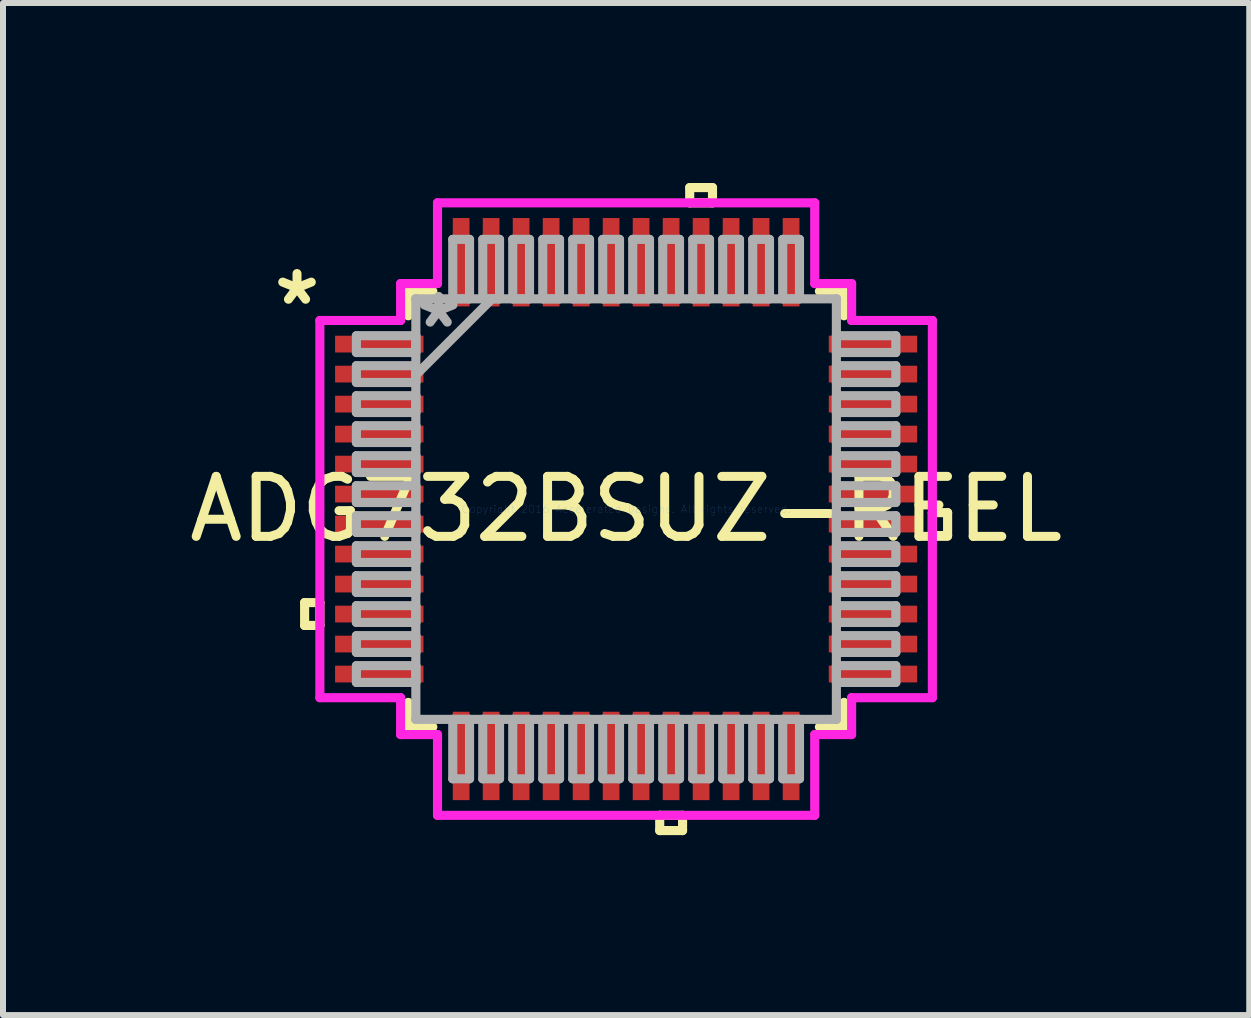
<source format=kicad_pcb>
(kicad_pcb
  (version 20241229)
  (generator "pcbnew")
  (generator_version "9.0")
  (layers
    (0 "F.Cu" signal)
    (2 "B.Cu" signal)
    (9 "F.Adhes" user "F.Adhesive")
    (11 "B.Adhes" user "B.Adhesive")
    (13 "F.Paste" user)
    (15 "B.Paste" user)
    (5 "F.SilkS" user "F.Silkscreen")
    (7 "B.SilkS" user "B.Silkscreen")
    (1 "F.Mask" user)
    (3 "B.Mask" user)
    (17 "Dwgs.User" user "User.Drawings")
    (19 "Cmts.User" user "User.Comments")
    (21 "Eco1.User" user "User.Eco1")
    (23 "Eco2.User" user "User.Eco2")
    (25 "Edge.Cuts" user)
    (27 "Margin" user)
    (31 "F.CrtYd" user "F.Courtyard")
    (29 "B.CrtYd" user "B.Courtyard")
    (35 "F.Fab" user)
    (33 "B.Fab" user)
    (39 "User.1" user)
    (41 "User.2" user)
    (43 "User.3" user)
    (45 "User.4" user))
  (footprint "ADG732BSUZ-REEL"
    (layer "F.Cu")
    (at 7.387 5.436)
    (property "Reference" "ADG732BSUZ-REEL" (at 0 0 0) (layer "F.SilkS") (effects (font (size 1 1) (thickness 0.15))))
    (attr through_hole)
    (fp_line (start -5.359 1.559) (end -5.359 1.94) (stroke (width 0.152) (type solid)) (layer "F.SilkS"))
    (fp_line (start -5.359 1.94) (end -5.105 1.94) (stroke (width 0.152) (type solid)) (layer "F.SilkS"))
    (fp_line (start -5.105 1.559) (end -5.359 1.559) (stroke (width 0.152) (type solid)) (layer "F.SilkS"))
    (fp_line (start -5.105 1.94) (end -5.105 1.559) (stroke (width 0.152) (type solid)) (layer "F.SilkS"))
    (fp_line (start -3.632 -3.632) (end -3.632 -3.222) (stroke (width 0.152) (type solid)) (layer "F.SilkS"))
    (fp_line (start -3.632 3.222) (end -3.632 3.632) (stroke (width 0.152) (type solid)) (layer "F.SilkS"))
    (fp_line (start -3.632 3.632) (end -3.222 3.632) (stroke (width 0.152) (type solid)) (layer "F.SilkS"))
    (fp_line (start -3.222 -3.632) (end -3.632 -3.632) (stroke (width 0.152) (type solid)) (layer "F.SilkS"))
    (fp_line (start 0.56 5.105) (end 0.56 5.359) (stroke (width 0.152) (type solid)) (layer "F.SilkS"))
    (fp_line (start 0.56 5.359) (end 0.941 5.359) (stroke (width 0.152) (type solid)) (layer "F.SilkS"))
    (fp_line (start 0.941 5.105) (end 0.56 5.105) (stroke (width 0.152) (type solid)) (layer "F.SilkS"))
    (fp_line (start 0.941 5.359) (end 0.941 5.105) (stroke (width 0.152) (type solid)) (layer "F.SilkS"))
    (fp_line (start 1.06 -5.359) (end 1.44 -5.359) (stroke (width 0.152) (type solid)) (layer "F.SilkS"))
    (fp_line (start 1.06 -5.105) (end 1.06 -5.359) (stroke (width 0.152) (type solid)) (layer "F.SilkS"))
    (fp_line (start 1.44 -5.359) (end 1.44 -5.105) (stroke (width 0.152) (type solid)) (layer "F.SilkS"))
    (fp_line (start 1.44 -5.105) (end 1.06 -5.105) (stroke (width 0.152) (type solid)) (layer "F.SilkS"))
    (fp_line (start 3.222 3.632) (end 3.632 3.632) (stroke (width 0.152) (type solid)) (layer "F.SilkS"))
    (fp_line (start 3.632 -3.632) (end 3.222 -3.632) (stroke (width 0.152) (type solid)) (layer "F.SilkS"))
    (fp_line (start 3.632 -3.222) (end 3.632 -3.632) (stroke (width 0.152) (type solid)) (layer "F.SilkS"))
    (fp_line (start 3.632 3.632) (end 3.632 3.222) (stroke (width 0.152) (type solid)) (layer "F.SilkS"))
    (fp_line (start 5.105 0.059) (end 5.359 0.059) (stroke (width 0.152) (type solid)) (layer "F.SilkS"))
    (fp_line (start 5.105 0.441) (end 5.105 0.059) (stroke (width 0.152) (type solid)) (layer "F.SilkS"))
    (fp_line (start 5.359 0.059) (end 5.359 0.441) (stroke (width 0.152) (type solid)) (layer "F.SilkS"))
    (fp_line (start 5.359 0.441) (end 5.105 0.441) (stroke (width 0.152) (type solid)) (layer "F.SilkS"))
    (fp_line (start -5.105 -3.144) (end -3.759 -3.144) (stroke (width 0.152) (type solid)) (layer "F.CrtYd"))
    (fp_line (start -5.105 3.144) (end -5.105 -3.144) (stroke (width 0.152) (type solid)) (layer "F.CrtYd"))
    (fp_line (start -3.759 -3.759) (end -3.144 -3.759) (stroke (width 0.152) (type solid)) (layer "F.CrtYd"))
    (fp_line (start -3.759 -3.144) (end -3.759 -3.759) (stroke (width 0.152) (type solid)) (layer "F.CrtYd"))
    (fp_line (start -3.759 3.144) (end -5.105 3.144) (stroke (width 0.152) (type solid)) (layer "F.CrtYd"))
    (fp_line (start -3.759 3.759) (end -3.759 3.144) (stroke (width 0.152) (type solid)) (layer "F.CrtYd"))
    (fp_line (start -3.144 -5.105) (end 3.144 -5.105) (stroke (width 0.152) (type solid)) (layer "F.CrtYd"))
    (fp_line (start -3.144 -3.759) (end -3.144 -5.105) (stroke (width 0.152) (type solid)) (layer "F.CrtYd"))
    (fp_line (start -3.144 3.759) (end -3.759 3.759) (stroke (width 0.152) (type solid)) (layer "F.CrtYd"))
    (fp_line (start -3.144 5.105) (end -3.144 3.759) (stroke (width 0.152) (type solid)) (layer "F.CrtYd"))
    (fp_line (start 3.144 -5.105) (end 3.144 -3.759) (stroke (width 0.152) (type solid)) (layer "F.CrtYd"))
    (fp_line (start 3.144 -3.759) (end 3.759 -3.759) (stroke (width 0.152) (type solid)) (layer "F.CrtYd"))
    (fp_line (start 3.144 3.759) (end 3.144 5.105) (stroke (width 0.152) (type solid)) (layer "F.CrtYd"))
    (fp_line (start 3.144 5.105) (end -3.144 5.105) (stroke (width 0.152) (type solid)) (layer "F.CrtYd"))
    (fp_line (start 3.759 -3.759) (end 3.759 -3.144) (stroke (width 0.152) (type solid)) (layer "F.CrtYd"))
    (fp_line (start 3.759 -3.144) (end 5.105 -3.144) (stroke (width 0.152) (type solid)) (layer "F.CrtYd"))
    (fp_line (start 3.759 3.144) (end 3.759 3.759) (stroke (width 0.152) (type solid)) (layer "F.CrtYd"))
    (fp_line (start 3.759 3.759) (end 3.144 3.759) (stroke (width 0.152) (type solid)) (layer "F.CrtYd"))
    (fp_line (start 5.105 -3.144) (end 5.105 3.144) (stroke (width 0.152) (type solid)) (layer "F.CrtYd"))
    (fp_line (start 5.105 3.144) (end 3.759 3.144) (stroke (width 0.152) (type solid)) (layer "F.CrtYd"))
    (fp_line (start -4.496 -2.89) (end -4.496 -2.61) (stroke (width 0.152) (type solid)) (layer "F.Fab"))
    (fp_line (start -4.496 -2.61) (end -3.505 -2.61) (stroke (width 0.152) (type solid)) (layer "F.Fab"))
    (fp_line (start -4.496 -2.39) (end -4.496 -2.11) (stroke (width 0.152) (type solid)) (layer "F.Fab"))
    (fp_line (start -4.496 -2.11) (end -3.505 -2.11) (stroke (width 0.152) (type solid)) (layer "F.Fab"))
    (fp_line (start -4.496 -1.89) (end -4.496 -1.61) (stroke (width 0.152) (type solid)) (layer "F.Fab"))
    (fp_line (start -4.496 -1.61) (end -3.505 -1.61) (stroke (width 0.152) (type solid)) (layer "F.Fab"))
    (fp_line (start -4.496 -1.39) (end -4.496 -1.11) (stroke (width 0.152) (type solid)) (layer "F.Fab"))
    (fp_line (start -4.496 -1.11) (end -3.505 -1.11) (stroke (width 0.152) (type solid)) (layer "F.Fab"))
    (fp_line (start -4.496 -0.89) (end -4.496 -0.61) (stroke (width 0.152) (type solid)) (layer "F.Fab"))
    (fp_line (start -4.496 -0.61) (end -3.505 -0.61) (stroke (width 0.152) (type solid)) (layer "F.Fab"))
    (fp_line (start -4.496 -0.39) (end -4.496 -0.11) (stroke (width 0.152) (type solid)) (layer "F.Fab"))
    (fp_line (start -4.496 -0.11) (end -3.505 -0.11) (stroke (width 0.152) (type solid)) (layer "F.Fab"))
    (fp_line (start -4.496 0.11) (end -4.496 0.39) (stroke (width 0.152) (type solid)) (layer "F.Fab"))
    (fp_line (start -4.496 0.39) (end -3.505 0.39) (stroke (width 0.152) (type solid)) (layer "F.Fab"))
    (fp_line (start -4.496 0.61) (end -4.496 0.89) (stroke (width 0.152) (type solid)) (layer "F.Fab"))
    (fp_line (start -4.496 0.89) (end -3.505 0.89) (stroke (width 0.152) (type solid)) (layer "F.Fab"))
    (fp_line (start -4.496 1.11) (end -4.496 1.39) (stroke (width 0.152) (type solid)) (layer "F.Fab"))
    (fp_line (start -4.496 1.39) (end -3.505 1.39) (stroke (width 0.152) (type solid)) (layer "F.Fab"))
    (fp_line (start -4.496 1.61) (end -4.496 1.89) (stroke (width 0.152) (type solid)) (layer "F.Fab"))
    (fp_line (start -4.496 1.89) (end -3.505 1.89) (stroke (width 0.152) (type solid)) (layer "F.Fab"))
    (fp_line (start -4.496 2.11) (end -4.496 2.39) (stroke (width 0.152) (type solid)) (layer "F.Fab"))
    (fp_line (start -4.496 2.39) (end -3.505 2.39) (stroke (width 0.152) (type solid)) (layer "F.Fab"))
    (fp_line (start -4.496 2.61) (end -4.496 2.89) (stroke (width 0.152) (type solid)) (layer "F.Fab"))
    (fp_line (start -4.496 2.89) (end -3.505 2.89) (stroke (width 0.152) (type solid)) (layer "F.Fab"))
    (fp_line (start -3.505 -3.505) (end -3.505 -3.505) (stroke (width 0.152) (type solid)) (layer "F.Fab"))
    (fp_line (start -3.505 -3.505) (end -3.505 3.505) (stroke (width 0.152) (type solid)) (layer "F.Fab"))
    (fp_line (start -3.505 -2.89) (end -4.496 -2.89) (stroke (width 0.152) (type solid)) (layer "F.Fab"))
    (fp_line (start -3.505 -2.61) (end -3.505 -2.89) (stroke (width 0.152) (type solid)) (layer "F.Fab"))
    (fp_line (start -3.505 -2.39) (end -4.496 -2.39) (stroke (width 0.152) (type solid)) (layer "F.Fab"))
    (fp_line (start -3.505 -2.235) (end -2.235 -3.505) (stroke (width 0.152) (type solid)) (layer "F.Fab"))
    (fp_line (start -3.505 -2.11) (end -3.505 -2.39) (stroke (width 0.152) (type solid)) (layer "F.Fab"))
    (fp_line (start -3.505 -1.89) (end -4.496 -1.89) (stroke (width 0.152) (type solid)) (layer "F.Fab"))
    (fp_line (start -3.505 -1.61) (end -3.505 -1.89) (stroke (width 0.152) (type solid)) (layer "F.Fab"))
    (fp_line (start -3.505 -1.39) (end -4.496 -1.39) (stroke (width 0.152) (type solid)) (layer "F.Fab"))
    (fp_line (start -3.505 -1.11) (end -3.505 -1.39) (stroke (width 0.152) (type solid)) (layer "F.Fab"))
    (fp_line (start -3.505 -0.89) (end -4.496 -0.89) (stroke (width 0.152) (type solid)) (layer "F.Fab"))
    (fp_line (start -3.505 -0.61) (end -3.505 -0.89) (stroke (width 0.152) (type solid)) (layer "F.Fab"))
    (fp_line (start -3.505 -0.39) (end -4.496 -0.39) (stroke (width 0.152) (type solid)) (layer "F.Fab"))
    (fp_line (start -3.505 -0.11) (end -3.505 -0.39) (stroke (width 0.152) (type solid)) (layer "F.Fab"))
    (fp_line (start -3.505 0.11) (end -4.496 0.11) (stroke (width 0.152) (type solid)) (layer "F.Fab"))
    (fp_line (start -3.505 0.39) (end -3.505 0.11) (stroke (width 0.152) (type solid)) (layer "F.Fab"))
    (fp_line (start -3.505 0.61) (end -4.496 0.61) (stroke (width 0.152) (type solid)) (layer "F.Fab"))
    (fp_line (start -3.505 0.89) (end -3.505 0.61) (stroke (width 0.152) (type solid)) (layer "F.Fab"))
    (fp_line (start -3.505 1.11) (end -4.496 1.11) (stroke (width 0.152) (type solid)) (layer "F.Fab"))
    (fp_line (start -3.505 1.39) (end -3.505 1.11) (stroke (width 0.152) (type solid)) (layer "F.Fab"))
    (fp_line (start -3.505 1.61) (end -4.496 1.61) (stroke (width 0.152) (type solid)) (layer "F.Fab"))
    (fp_line (start -3.505 1.89) (end -3.505 1.61) (stroke (width 0.152) (type solid)) (layer "F.Fab"))
    (fp_line (start -3.505 2.11) (end -4.496 2.11) (stroke (width 0.152) (type solid)) (layer "F.Fab"))
    (fp_line (start -3.505 2.39) (end -3.505 2.11) (stroke (width 0.152) (type solid)) (layer "F.Fab"))
    (fp_line (start -3.505 2.61) (end -4.496 2.61) (stroke (width 0.152) (type solid)) (layer "F.Fab"))
    (fp_line (start -3.505 2.89) (end -3.505 2.61) (stroke (width 0.152) (type solid)) (layer "F.Fab"))
    (fp_line (start -3.505 3.505) (end -3.505 3.505) (stroke (width 0.152) (type solid)) (layer "F.Fab"))
    (fp_line (start -3.505 3.505) (end 3.505 3.505) (stroke (width 0.152) (type solid)) (layer "F.Fab"))
    (fp_line (start -2.89 -4.496) (end -2.89 -3.505) (stroke (width 0.152) (type solid)) (layer "F.Fab"))
    (fp_line (start -2.89 -3.505) (end -2.61 -3.505) (stroke (width 0.152) (type solid)) (layer "F.Fab"))
    (fp_line (start -2.89 3.505) (end -2.89 4.496) (stroke (width 0.152) (type solid)) (layer "F.Fab"))
    (fp_line (start -2.89 4.496) (end -2.61 4.496) (stroke (width 0.152) (type solid)) (layer "F.Fab"))
    (fp_line (start -2.61 -4.496) (end -2.89 -4.496) (stroke (width 0.152) (type solid)) (layer "F.Fab"))
    (fp_line (start -2.61 -3.505) (end -2.61 -4.496) (stroke (width 0.152) (type solid)) (layer "F.Fab"))
    (fp_line (start -2.61 3.505) (end -2.89 3.505) (stroke (width 0.152) (type solid)) (layer "F.Fab"))
    (fp_line (start -2.61 4.496) (end -2.61 3.505) (stroke (width 0.152) (type solid)) (layer "F.Fab"))
    (fp_line (start -2.39 -4.496) (end -2.39 -3.505) (stroke (width 0.152) (type solid)) (layer "F.Fab"))
    (fp_line (start -2.39 -3.505) (end -2.11 -3.505) (stroke (width 0.152) (type solid)) (layer "F.Fab"))
    (fp_line (start -2.39 3.505) (end -2.39 4.496) (stroke (width 0.152) (type solid)) (layer "F.Fab"))
    (fp_line (start -2.39 4.496) (end -2.11 4.496) (stroke (width 0.152) (type solid)) (layer "F.Fab"))
    (fp_line (start -2.11 -4.496) (end -2.39 -4.496) (stroke (width 0.152) (type solid)) (layer "F.Fab"))
    (fp_line (start -2.11 -3.505) (end -2.11 -4.496) (stroke (width 0.152) (type solid)) (layer "F.Fab"))
    (fp_line (start -2.11 3.505) (end -2.39 3.505) (stroke (width 0.152) (type solid)) (layer "F.Fab"))
    (fp_line (start -2.11 4.496) (end -2.11 3.505) (stroke (width 0.152) (type solid)) (layer "F.Fab"))
    (fp_line (start -1.89 -4.496) (end -1.89 -3.505) (stroke (width 0.152) (type solid)) (layer "F.Fab"))
    (fp_line (start -1.89 -3.505) (end -1.61 -3.505) (stroke (width 0.152) (type solid)) (layer "F.Fab"))
    (fp_line (start -1.89 3.505) (end -1.89 4.496) (stroke (width 0.152) (type solid)) (layer "F.Fab"))
    (fp_line (start -1.89 4.496) (end -1.61 4.496) (stroke (width 0.152) (type solid)) (layer "F.Fab"))
    (fp_line (start -1.61 -4.496) (end -1.89 -4.496) (stroke (width 0.152) (type solid)) (layer "F.Fab"))
    (fp_line (start -1.61 -3.505) (end -1.61 -4.496) (stroke (width 0.152) (type solid)) (layer "F.Fab"))
    (fp_line (start -1.61 3.505) (end -1.89 3.505) (stroke (width 0.152) (type solid)) (layer "F.Fab"))
    (fp_line (start -1.61 4.496) (end -1.61 3.505) (stroke (width 0.152) (type solid)) (layer "F.Fab"))
    (fp_line (start -1.39 -4.496) (end -1.39 -3.505) (stroke (width 0.152) (type solid)) (layer "F.Fab"))
    (fp_line (start -1.39 -3.505) (end -1.11 -3.505) (stroke (width 0.152) (type solid)) (layer "F.Fab"))
    (fp_line (start -1.39 3.505) (end -1.39 4.496) (stroke (width 0.152) (type solid)) (layer "F.Fab"))
    (fp_line (start -1.39 4.496) (end -1.11 4.496) (stroke (width 0.152) (type solid)) (layer "F.Fab"))
    (fp_line (start -1.11 -4.496) (end -1.39 -4.496) (stroke (width 0.152) (type solid)) (layer "F.Fab"))
    (fp_line (start -1.11 -3.505) (end -1.11 -4.496) (stroke (width 0.152) (type solid)) (layer "F.Fab"))
    (fp_line (start -1.11 3.505) (end -1.39 3.505) (stroke (width 0.152) (type solid)) (layer "F.Fab"))
    (fp_line (start -1.11 4.496) (end -1.11 3.505) (stroke (width 0.152) (type solid)) (layer "F.Fab"))
    (fp_line (start -0.89 -4.496) (end -0.89 -3.505) (stroke (width 0.152) (type solid)) (layer "F.Fab"))
    (fp_line (start -0.89 -3.505) (end -0.61 -3.505) (stroke (width 0.152) (type solid)) (layer "F.Fab"))
    (fp_line (start -0.89 3.505) (end -0.89 4.496) (stroke (width 0.152) (type solid)) (layer "F.Fab"))
    (fp_line (start -0.89 4.496) (end -0.61 4.496) (stroke (width 0.152) (type solid)) (layer "F.Fab"))
    (fp_line (start -0.61 -4.496) (end -0.89 -4.496) (stroke (width 0.152) (type solid)) (layer "F.Fab"))
    (fp_line (start -0.61 -3.505) (end -0.61 -4.496) (stroke (width 0.152) (type solid)) (layer "F.Fab"))
    (fp_line (start -0.61 3.505) (end -0.89 3.505) (stroke (width 0.152) (type solid)) (layer "F.Fab"))
    (fp_line (start -0.61 4.496) (end -0.61 3.505) (stroke (width 0.152) (type solid)) (layer "F.Fab"))
    (fp_line (start -0.39 -4.496) (end -0.39 -3.505) (stroke (width 0.152) (type solid)) (layer "F.Fab"))
    (fp_line (start -0.39 -3.505) (end -0.11 -3.505) (stroke (width 0.152) (type solid)) (layer "F.Fab"))
    (fp_line (start -0.39 3.505) (end -0.39 4.496) (stroke (width 0.152) (type solid)) (layer "F.Fab"))
    (fp_line (start -0.39 4.496) (end -0.11 4.496) (stroke (width 0.152) (type solid)) (layer "F.Fab"))
    (fp_line (start -0.11 -4.496) (end -0.39 -4.496) (stroke (width 0.152) (type solid)) (layer "F.Fab"))
    (fp_line (start -0.11 -3.505) (end -0.11 -4.496) (stroke (width 0.152) (type solid)) (layer "F.Fab"))
    (fp_line (start -0.11 3.505) (end -0.39 3.505) (stroke (width 0.152) (type solid)) (layer "F.Fab"))
    (fp_line (start -0.11 4.496) (end -0.11 3.505) (stroke (width 0.152) (type solid)) (layer "F.Fab"))
    (fp_line (start 0.11 -4.496) (end 0.11 -3.505) (stroke (width 0.152) (type solid)) (layer "F.Fab"))
    (fp_line (start 0.11 -3.505) (end 0.39 -3.505) (stroke (width 0.152) (type solid)) (layer "F.Fab"))
    (fp_line (start 0.11 3.505) (end 0.11 4.496) (stroke (width 0.152) (type solid)) (layer "F.Fab"))
    (fp_line (start 0.11 4.496) (end 0.39 4.496) (stroke (width 0.152) (type solid)) (layer "F.Fab"))
    (fp_line (start 0.39 -4.496) (end 0.11 -4.496) (stroke (width 0.152) (type solid)) (layer "F.Fab"))
    (fp_line (start 0.39 -3.505) (end 0.39 -4.496) (stroke (width 0.152) (type solid)) (layer "F.Fab"))
    (fp_line (start 0.39 3.505) (end 0.11 3.505) (stroke (width 0.152) (type solid)) (layer "F.Fab"))
    (fp_line (start 0.39 4.496) (end 0.39 3.505) (stroke (width 0.152) (type solid)) (layer "F.Fab"))
    (fp_line (start 0.61 -4.496) (end 0.61 -3.505) (stroke (width 0.152) (type solid)) (layer "F.Fab"))
    (fp_line (start 0.61 -3.505) (end 0.89 -3.505) (stroke (width 0.152) (type solid)) (layer "F.Fab"))
    (fp_line (start 0.61 3.505) (end 0.61 4.496) (stroke (width 0.152) (type solid)) (layer "F.Fab"))
    (fp_line (start 0.61 4.496) (end 0.89 4.496) (stroke (width 0.152) (type solid)) (layer "F.Fab"))
    (fp_line (start 0.89 -4.496) (end 0.61 -4.496) (stroke (width 0.152) (type solid)) (layer "F.Fab"))
    (fp_line (start 0.89 -3.505) (end 0.89 -4.496) (stroke (width 0.152) (type solid)) (layer "F.Fab"))
    (fp_line (start 0.89 3.505) (end 0.61 3.505) (stroke (width 0.152) (type solid)) (layer "F.Fab"))
    (fp_line (start 0.89 4.496) (end 0.89 3.505) (stroke (width 0.152) (type solid)) (layer "F.Fab"))
    (fp_line (start 1.11 -4.496) (end 1.11 -3.505) (stroke (width 0.152) (type solid)) (layer "F.Fab"))
    (fp_line (start 1.11 -3.505) (end 1.39 -3.505) (stroke (width 0.152) (type solid)) (layer "F.Fab"))
    (fp_line (start 1.11 3.505) (end 1.11 4.496) (stroke (width 0.152) (type solid)) (layer "F.Fab"))
    (fp_line (start 1.11 4.496) (end 1.39 4.496) (stroke (width 0.152) (type solid)) (layer "F.Fab"))
    (fp_line (start 1.39 -4.496) (end 1.11 -4.496) (stroke (width 0.152) (type solid)) (layer "F.Fab"))
    (fp_line (start 1.39 -3.505) (end 1.39 -4.496) (stroke (width 0.152) (type solid)) (layer "F.Fab"))
    (fp_line (start 1.39 3.505) (end 1.11 3.505) (stroke (width 0.152) (type solid)) (layer "F.Fab"))
    (fp_line (start 1.39 4.496) (end 1.39 3.505) (stroke (width 0.152) (type solid)) (layer "F.Fab"))
    (fp_line (start 1.61 -4.496) (end 1.61 -3.505) (stroke (width 0.152) (type solid)) (layer "F.Fab"))
    (fp_line (start 1.61 -3.505) (end 1.89 -3.505) (stroke (width 0.152) (type solid)) (layer "F.Fab"))
    (fp_line (start 1.61 3.505) (end 1.61 4.496) (stroke (width 0.152) (type solid)) (layer "F.Fab"))
    (fp_line (start 1.61 4.496) (end 1.89 4.496) (stroke (width 0.152) (type solid)) (layer "F.Fab"))
    (fp_line (start 1.89 -4.496) (end 1.61 -4.496) (stroke (width 0.152) (type solid)) (layer "F.Fab"))
    (fp_line (start 1.89 -3.505) (end 1.89 -4.496) (stroke (width 0.152) (type solid)) (layer "F.Fab"))
    (fp_line (start 1.89 3.505) (end 1.61 3.505) (stroke (width 0.152) (type solid)) (layer "F.Fab"))
    (fp_line (start 1.89 4.496) (end 1.89 3.505) (stroke (width 0.152) (type solid)) (layer "F.Fab"))
    (fp_line (start 2.11 -4.496) (end 2.11 -3.505) (stroke (width 0.152) (type solid)) (layer "F.Fab"))
    (fp_line (start 2.11 -3.505) (end 2.39 -3.505) (stroke (width 0.152) (type solid)) (layer "F.Fab"))
    (fp_line (start 2.11 3.505) (end 2.11 4.496) (stroke (width 0.152) (type solid)) (layer "F.Fab"))
    (fp_line (start 2.11 4.496) (end 2.39 4.496) (stroke (width 0.152) (type solid)) (layer "F.Fab"))
    (fp_line (start 2.39 -4.496) (end 2.11 -4.496) (stroke (width 0.152) (type solid)) (layer "F.Fab"))
    (fp_line (start 2.39 -3.505) (end 2.39 -4.496) (stroke (width 0.152) (type solid)) (layer "F.Fab"))
    (fp_line (start 2.39 3.505) (end 2.11 3.505) (stroke (width 0.152) (type solid)) (layer "F.Fab"))
    (fp_line (start 2.39 4.496) (end 2.39 3.505) (stroke (width 0.152) (type solid)) (layer "F.Fab"))
    (fp_line (start 2.61 -4.496) (end 2.61 -3.505) (stroke (width 0.152) (type solid)) (layer "F.Fab"))
    (fp_line (start 2.61 -3.505) (end 2.89 -3.505) (stroke (width 0.152) (type solid)) (layer "F.Fab"))
    (fp_line (start 2.61 3.505) (end 2.61 4.496) (stroke (width 0.152) (type solid)) (layer "F.Fab"))
    (fp_line (start 2.61 4.496) (end 2.89 4.496) (stroke (width 0.152) (type solid)) (layer "F.Fab"))
    (fp_line (start 2.89 -4.496) (end 2.61 -4.496) (stroke (width 0.152) (type solid)) (layer "F.Fab"))
    (fp_line (start 2.89 -3.505) (end 2.89 -4.496) (stroke (width 0.152) (type solid)) (layer "F.Fab"))
    (fp_line (start 2.89 3.505) (end 2.61 3.505) (stroke (width 0.152) (type solid)) (layer "F.Fab"))
    (fp_line (start 2.89 4.496) (end 2.89 3.505) (stroke (width 0.152) (type solid)) (layer "F.Fab"))
    (fp_line (start 3.505 -3.505) (end -3.505 -3.505) (stroke (width 0.152) (type solid)) (layer "F.Fab"))
    (fp_line (start 3.505 -3.505) (end 3.505 -3.505) (stroke (width 0.152) (type solid)) (layer "F.Fab"))
    (fp_line (start 3.505 -2.89) (end 3.505 -2.61) (stroke (width 0.152) (type solid)) (layer "F.Fab"))
    (fp_line (start 3.505 -2.61) (end 4.496 -2.61) (stroke (width 0.152) (type solid)) (layer "F.Fab"))
    (fp_line (start 3.505 -2.39) (end 3.505 -2.11) (stroke (width 0.152) (type solid)) (layer "F.Fab"))
    (fp_line (start 3.505 -2.11) (end 4.496 -2.11) (stroke (width 0.152) (type solid)) (layer "F.Fab"))
    (fp_line (start 3.505 -1.89) (end 3.505 -1.61) (stroke (width 0.152) (type solid)) (layer "F.Fab"))
    (fp_line (start 3.505 -1.61) (end 4.496 -1.61) (stroke (width 0.152) (type solid)) (layer "F.Fab"))
    (fp_line (start 3.505 -1.39) (end 3.505 -1.11) (stroke (width 0.152) (type solid)) (layer "F.Fab"))
    (fp_line (start 3.505 -1.11) (end 4.496 -1.11) (stroke (width 0.152) (type solid)) (layer "F.Fab"))
    (fp_line (start 3.505 -0.89) (end 3.505 -0.61) (stroke (width 0.152) (type solid)) (layer "F.Fab"))
    (fp_line (start 3.505 -0.61) (end 4.496 -0.61) (stroke (width 0.152) (type solid)) (layer "F.Fab"))
    (fp_line (start 3.505 -0.39) (end 3.505 -0.11) (stroke (width 0.152) (type solid)) (layer "F.Fab"))
    (fp_line (start 3.505 -0.11) (end 4.496 -0.11) (stroke (width 0.152) (type solid)) (layer "F.Fab"))
    (fp_line (start 3.505 0.11) (end 3.505 0.39) (stroke (width 0.152) (type solid)) (layer "F.Fab"))
    (fp_line (start 3.505 0.39) (end 4.496 0.39) (stroke (width 0.152) (type solid)) (layer "F.Fab"))
    (fp_line (start 3.505 0.61) (end 3.505 0.89) (stroke (width 0.152) (type solid)) (layer "F.Fab"))
    (fp_line (start 3.505 0.89) (end 4.496 0.89) (stroke (width 0.152) (type solid)) (layer "F.Fab"))
    (fp_line (start 3.505 1.11) (end 3.505 1.39) (stroke (width 0.152) (type solid)) (layer "F.Fab"))
    (fp_line (start 3.505 1.39) (end 4.496 1.39) (stroke (width 0.152) (type solid)) (layer "F.Fab"))
    (fp_line (start 3.505 1.61) (end 3.505 1.89) (stroke (width 0.152) (type solid)) (layer "F.Fab"))
    (fp_line (start 3.505 1.89) (end 4.496 1.89) (stroke (width 0.152) (type solid)) (layer "F.Fab"))
    (fp_line (start 3.505 2.11) (end 3.505 2.39) (stroke (width 0.152) (type solid)) (layer "F.Fab"))
    (fp_line (start 3.505 2.39) (end 4.496 2.39) (stroke (width 0.152) (type solid)) (layer "F.Fab"))
    (fp_line (start 3.505 2.61) (end 3.505 2.89) (stroke (width 0.152) (type solid)) (layer "F.Fab"))
    (fp_line (start 3.505 2.89) (end 4.496 2.89) (stroke (width 0.152) (type solid)) (layer "F.Fab"))
    (fp_line (start 3.505 3.505) (end 3.505 -3.505) (stroke (width 0.152) (type solid)) (layer "F.Fab"))
    (fp_line (start 3.505 3.505) (end 3.505 3.505) (stroke (width 0.152) (type solid)) (layer "F.Fab"))
    (fp_line (start 4.496 -2.89) (end 3.505 -2.89) (stroke (width 0.152) (type solid)) (layer "F.Fab"))
    (fp_line (start 4.496 -2.61) (end 4.496 -2.89) (stroke (width 0.152) (type solid)) (layer "F.Fab"))
    (fp_line (start 4.496 -2.39) (end 3.505 -2.39) (stroke (width 0.152) (type solid)) (layer "F.Fab"))
    (fp_line (start 4.496 -2.11) (end 4.496 -2.39) (stroke (width 0.152) (type solid)) (layer "F.Fab"))
    (fp_line (start 4.496 -1.89) (end 3.505 -1.89) (stroke (width 0.152) (type solid)) (layer "F.Fab"))
    (fp_line (start 4.496 -1.61) (end 4.496 -1.89) (stroke (width 0.152) (type solid)) (layer "F.Fab"))
    (fp_line (start 4.496 -1.39) (end 3.505 -1.39) (stroke (width 0.152) (type solid)) (layer "F.Fab"))
    (fp_line (start 4.496 -1.11) (end 4.496 -1.39) (stroke (width 0.152) (type solid)) (layer "F.Fab"))
    (fp_line (start 4.496 -0.89) (end 3.505 -0.89) (stroke (width 0.152) (type solid)) (layer "F.Fab"))
    (fp_line (start 4.496 -0.61) (end 4.496 -0.89) (stroke (width 0.152) (type solid)) (layer "F.Fab"))
    (fp_line (start 4.496 -0.39) (end 3.505 -0.39) (stroke (width 0.152) (type solid)) (layer "F.Fab"))
    (fp_line (start 4.496 -0.11) (end 4.496 -0.39) (stroke (width 0.152) (type solid)) (layer "F.Fab"))
    (fp_line (start 4.496 0.11) (end 3.505 0.11) (stroke (width 0.152) (type solid)) (layer "F.Fab"))
    (fp_line (start 4.496 0.39) (end 4.496 0.11) (stroke (width 0.152) (type solid)) (layer "F.Fab"))
    (fp_line (start 4.496 0.61) (end 3.505 0.61) (stroke (width 0.152) (type solid)) (layer "F.Fab"))
    (fp_line (start 4.496 0.89) (end 4.496 0.61) (stroke (width 0.152) (type solid)) (layer "F.Fab"))
    (fp_line (start 4.496 1.11) (end 3.505 1.11) (stroke (width 0.152) (type solid)) (layer "F.Fab"))
    (fp_line (start 4.496 1.39) (end 4.496 1.11) (stroke (width 0.152) (type solid)) (layer "F.Fab"))
    (fp_line (start 4.496 1.61) (end 3.505 1.61) (stroke (width 0.152) (type solid)) (layer "F.Fab"))
    (fp_line (start 4.496 1.89) (end 4.496 1.61) (stroke (width 0.152) (type solid)) (layer "F.Fab"))
    (fp_line (start 4.496 2.11) (end 3.505 2.11) (stroke (width 0.152) (type solid)) (layer "F.Fab"))
    (fp_line (start 4.496 2.39) (end 4.496 2.11) (stroke (width 0.152) (type solid)) (layer "F.Fab"))
    (fp_line (start 4.496 2.61) (end 3.505 2.61) (stroke (width 0.152) (type solid)) (layer "F.Fab"))
    (fp_line (start 4.496 2.89) (end 4.496 2.61) (stroke (width 0.152) (type solid)) (layer "F.Fab"))
    (fp_text user "*" (at -5.486 -3.381 0) (layer "F.SilkS") (effects (font (size 1 1) (thickness 0.15))))
    (fp_text user "Copyright 2016 Accelerated Designs. All rights reserved." (at 0 0 0) (layer "Cmts.User") (effects (font (size 0.127 0.127) (thickness 0.002))))
    (fp_text user "*" (at -3.124 -3 0) (layer "F.Fab") (effects (font (size 1 1) (thickness 0.15))))
    (pad "1" smd rect (at -4.115 -2.75 90) (size 0.279 1.473) (layers "F.Cu" "F.Mask" "F.Paste"))
    (pad "2" smd rect (at -4.115 -2.25 90) (size 0.279 1.473) (layers "F.Cu" "F.Mask" "F.Paste"))
    (pad "3" smd rect (at -4.115 -1.75 90) (size 0.279 1.473) (layers "F.Cu" "F.Mask" "F.Paste"))
    (pad "4" smd rect (at -4.115 -1.25 90) (size 0.279 1.473) (layers "F.Cu" "F.Mask" "F.Paste"))
    (pad "5" smd rect (at -4.115 -0.75 90) (size 0.279 1.473) (layers "F.Cu" "F.Mask" "F.Paste"))
    (pad "6" smd rect (at -4.115 -0.25 90) (size 0.279 1.473) (layers "F.Cu" "F.Mask" "F.Paste"))
    (pad "7" smd rect (at -4.115 0.25 90) (size 0.279 1.473) (layers "F.Cu" "F.Mask" "F.Paste"))
    (pad "8" smd rect (at -4.115 0.75 90) (size 0.279 1.473) (layers "F.Cu" "F.Mask" "F.Paste"))
    (pad "9" smd rect (at -4.115 1.25 90) (size 0.279 1.473) (layers "F.Cu" "F.Mask" "F.Paste"))
    (pad "10" smd rect (at -4.115 1.75 90) (size 0.279 1.473) (layers "F.Cu" "F.Mask" "F.Paste"))
    (pad "11" smd rect (at -4.115 2.25 90) (size 0.279 1.473) (layers "F.Cu" "F.Mask" "F.Paste"))
    (pad "12" smd rect (at -4.115 2.75 90) (size 0.279 1.473) (layers "F.Cu" "F.Mask" "F.Paste"))
    (pad "13" smd rect (at -2.75 4.115) (size 0.279 1.473) (layers "F.Cu" "F.Mask" "F.Paste"))
    (pad "14" smd rect (at -2.25 4.115) (size 0.279 1.473) (layers "F.Cu" "F.Mask" "F.Paste"))
    (pad "15" smd rect (at -1.75 4.115) (size 0.279 1.473) (layers "F.Cu" "F.Mask" "F.Paste"))
    (pad "16" smd rect (at -1.25 4.115) (size 0.279 1.473) (layers "F.Cu" "F.Mask" "F.Paste"))
    (pad "17" smd rect (at -0.75 4.115) (size 0.279 1.473) (layers "F.Cu" "F.Mask" "F.Paste"))
    (pad "18" smd rect (at -0.25 4.115) (size 0.279 1.473) (layers "F.Cu" "F.Mask" "F.Paste"))
    (pad "19" smd rect (at 0.25 4.115) (size 0.279 1.473) (layers "F.Cu" "F.Mask" "F.Paste"))
    (pad "20" smd rect (at 0.75 4.115) (size 0.279 1.473) (layers "F.Cu" "F.Mask" "F.Paste"))
    (pad "21" smd rect (at 1.25 4.115) (size 0.279 1.473) (layers "F.Cu" "F.Mask" "F.Paste"))
    (pad "22" smd rect (at 1.75 4.115) (size 0.279 1.473) (layers "F.Cu" "F.Mask" "F.Paste"))
    (pad "23" smd rect (at 2.25 4.115) (size 0.279 1.473) (layers "F.Cu" "F.Mask" "F.Paste"))
    (pad "24" smd rect (at 2.75 4.115) (size 0.279 1.473) (layers "F.Cu" "F.Mask" "F.Paste"))
    (pad "25" smd rect (at 4.115 2.75 90) (size 0.279 1.473) (layers "F.Cu" "F.Mask" "F.Paste"))
    (pad "26" smd rect (at 4.115 2.25 90) (size 0.279 1.473) (layers "F.Cu" "F.Mask" "F.Paste"))
    (pad "27" smd rect (at 4.115 1.75 90) (size 0.279 1.473) (layers "F.Cu" "F.Mask" "F.Paste"))
    (pad "28" smd rect (at 4.115 1.25 90) (size 0.279 1.473) (layers "F.Cu" "F.Mask" "F.Paste"))
    (pad "29" smd rect (at 4.115 0.75 90) (size 0.279 1.473) (layers "F.Cu" "F.Mask" "F.Paste"))
    (pad "30" smd rect (at 4.115 0.25 90) (size 0.279 1.473) (layers "F.Cu" "F.Mask" "F.Paste"))
    (pad "31" smd rect (at 4.115 -0.25 90) (size 0.279 1.473) (layers "F.Cu" "F.Mask" "F.Paste"))
    (pad "32" smd rect (at 4.115 -0.75 90) (size 0.279 1.473) (layers "F.Cu" "F.Mask" "F.Paste"))
    (pad "33" smd rect (at 4.115 -1.25 90) (size 0.279 1.473) (layers "F.Cu" "F.Mask" "F.Paste"))
    (pad "34" smd rect (at 4.115 -1.75 90) (size 0.279 1.473) (layers "F.Cu" "F.Mask" "F.Paste"))
    (pad "35" smd rect (at 4.115 -2.25 90) (size 0.279 1.473) (layers "F.Cu" "F.Mask" "F.Paste"))
    (pad "36" smd rect (at 4.115 -2.75 90) (size 0.279 1.473) (layers "F.Cu" "F.Mask" "F.Paste"))
    (pad "37" smd rect (at 2.75 -4.115) (size 0.279 1.473) (layers "F.Cu" "F.Mask" "F.Paste"))
    (pad "38" smd rect (at 2.25 -4.115) (size 0.279 1.473) (layers "F.Cu" "F.Mask" "F.Paste"))
    (pad "39" smd rect (at 1.75 -4.115) (size 0.279 1.473) (layers "F.Cu" "F.Mask" "F.Paste"))
    (pad "40" smd rect (at 1.25 -4.115) (size 0.279 1.473) (layers "F.Cu" "F.Mask" "F.Paste"))
    (pad "41" smd rect (at 0.75 -4.115) (size 0.279 1.473) (layers "F.Cu" "F.Mask" "F.Paste"))
    (pad "42" smd rect (at 0.25 -4.115) (size 0.279 1.473) (layers "F.Cu" "F.Mask" "F.Paste"))
    (pad "43" smd rect (at -0.25 -4.115) (size 0.279 1.473) (layers "F.Cu" "F.Mask" "F.Paste"))
    (pad "44" smd rect (at -0.75 -4.115) (size 0.279 1.473) (layers "F.Cu" "F.Mask" "F.Paste"))
    (pad "45" smd rect (at -1.25 -4.115) (size 0.279 1.473) (layers "F.Cu" "F.Mask" "F.Paste"))
    (pad "46" smd rect (at -1.75 -4.115) (size 0.279 1.473) (layers "F.Cu" "F.Mask" "F.Paste"))
    (pad "47" smd rect (at -2.25 -4.115) (size 0.279 1.473) (layers "F.Cu" "F.Mask" "F.Paste"))
    (pad "48" smd rect (at -2.75 -4.115) (size 0.279 1.473) (layers "F.Cu" "F.Mask" "F.Paste")))
  (gr_rect
    (start -3 -3)
    (end 17.774 13.871)
    (stroke (width 0.1) (type default))
    (fill no)
    (layer "Edge.Cuts")))
</source>
